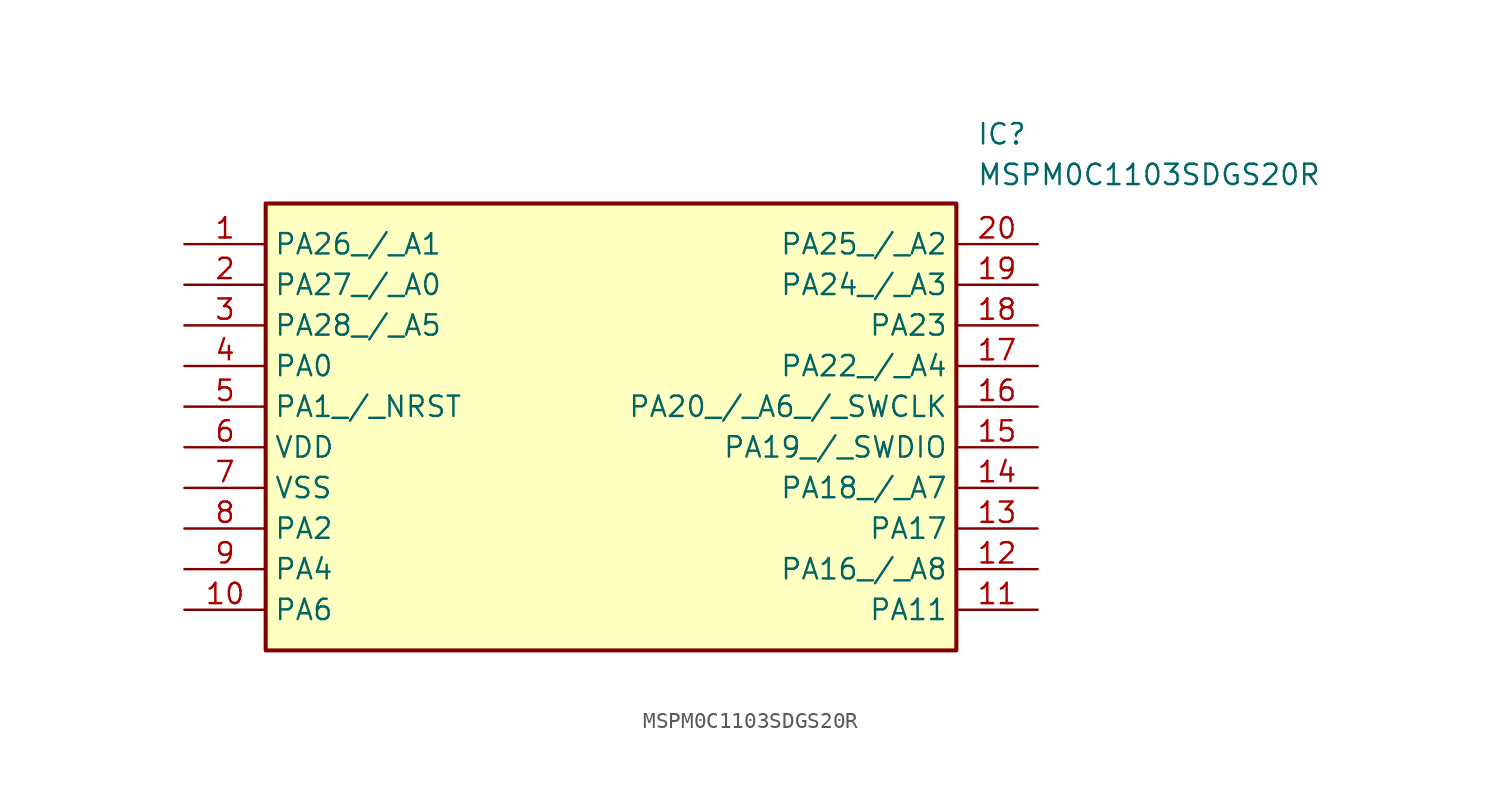
<source format=kicad_sym>
(kicad_symbol_lib
  (version 20211014)
  (generator SamacSys_ECAD_Model)
  (symbol "MSPM0C1103SDGS20R"
    (property "Reference" "IC"
      (at 49.53 7.62 0)
      (effects (font (size 1.27 1.27)) (justify left top)))
    (property "Value" "MSPM0C1103SDGS20R"
      (at 49.53 5.08 0)
      (effects (font (size 1.27 1.27)) (justify left top)))
    (rectangle
      (start 5.08 2.54)
      (end 48.26 -25.4)
      (stroke (width 0.254) (type default))
      (fill (type background)))
    (pin passive line
      (at 0 0 0)
      (length 5.08)
      (name "PA26_/_A1" (effects (font (size 1.27 1.27))))
      (number "1" (effects (font (size 1.27 1.27)))))
    (pin passive line
      (at 0 -2.54 0)
      (length 5.08)
      (name "PA27_/_A0" (effects (font (size 1.27 1.27))))
      (number "2" (effects (font (size 1.27 1.27)))))
    (pin passive line
      (at 0 -5.08 0)
      (length 5.08)
      (name "PA28_/_A5" (effects (font (size 1.27 1.27))))
      (number "3" (effects (font (size 1.27 1.27)))))
    (pin passive line
      (at 0 -7.62 0)
      (length 5.08)
      (name "PA0" (effects (font (size 1.27 1.27))))
      (number "4" (effects (font (size 1.27 1.27)))))
    (pin passive line
      (at 0 -10.16 0)
      (length 5.08)
      (name "PA1_/_NRST" (effects (font (size 1.27 1.27))))
      (number "5" (effects (font (size 1.27 1.27)))))
    (pin passive line
      (at 0 -12.7 0)
      (length 5.08)
      (name "VDD" (effects (font (size 1.27 1.27))))
      (number "6" (effects (font (size 1.27 1.27)))))
    (pin passive line
      (at 0 -15.24 0)
      (length 5.08)
      (name "VSS" (effects (font (size 1.27 1.27))))
      (number "7" (effects (font (size 1.27 1.27)))))
    (pin passive line
      (at 0 -17.78 0)
      (length 5.08)
      (name "PA2" (effects (font (size 1.27 1.27))))
      (number "8" (effects (font (size 1.27 1.27)))))
    (pin passive line
      (at 0 -20.32 0)
      (length 5.08)
      (name "PA4" (effects (font (size 1.27 1.27))))
      (number "9" (effects (font (size 1.27 1.27)))))
    (pin passive line
      (at 0 -22.86 0)
      (length 5.08)
      (name "PA6" (effects (font (size 1.27 1.27))))
      (number "10" (effects (font (size 1.27 1.27)))))
    (pin passive line
      (at 53.34 0 180)
      (length 5.08)
      (name "PA25_/_A2" (effects (font (size 1.27 1.27))))
      (number "20" (effects (font (size 1.27 1.27)))))
    (pin passive line
      (at 53.34 -2.54 180)
      (length 5.08)
      (name "PA24_/_A3" (effects (font (size 1.27 1.27))))
      (number "19" (effects (font (size 1.27 1.27)))))
    (pin passive line
      (at 53.34 -5.08 180)
      (length 5.08)
      (name "PA23" (effects (font (size 1.27 1.27))))
      (number "18" (effects (font (size 1.27 1.27)))))
    (pin passive line
      (at 53.34 -7.62 180)
      (length 5.08)
      (name "PA22_/_A4" (effects (font (size 1.27 1.27))))
      (number "17" (effects (font (size 1.27 1.27)))))
    (pin passive line
      (at 53.34 -10.16 180)
      (length 5.08)
      (name "PA20_/_A6_/_SWCLK" (effects (font (size 1.27 1.27))))
      (number "16" (effects (font (size 1.27 1.27)))))
    (pin passive line
      (at 53.34 -12.7 180)
      (length 5.08)
      (name "PA19_/_SWDIO" (effects (font (size 1.27 1.27))))
      (number "15" (effects (font (size 1.27 1.27)))))
    (pin passive line
      (at 53.34 -15.24 180)
      (length 5.08)
      (name "PA18_/_A7" (effects (font (size 1.27 1.27))))
      (number "14" (effects (font (size 1.27 1.27)))))
    (pin passive line
      (at 53.34 -17.78 180)
      (length 5.08)
      (name "PA17" (effects (font (size 1.27 1.27))))
      (number "13" (effects (font (size 1.27 1.27)))))
    (pin passive line
      (at 53.34 -20.32 180)
      (length 5.08)
      (name "PA16_/_A8" (effects (font (size 1.27 1.27))))
      (number "12" (effects (font (size 1.27 1.27)))))
    (pin passive line
      (at 53.34 -22.86 180)
      (length 5.08)
      (name "PA11" (effects (font (size 1.27 1.27))))
      (number "11" (effects (font (size 1.27 1.27)))))))
</source>
